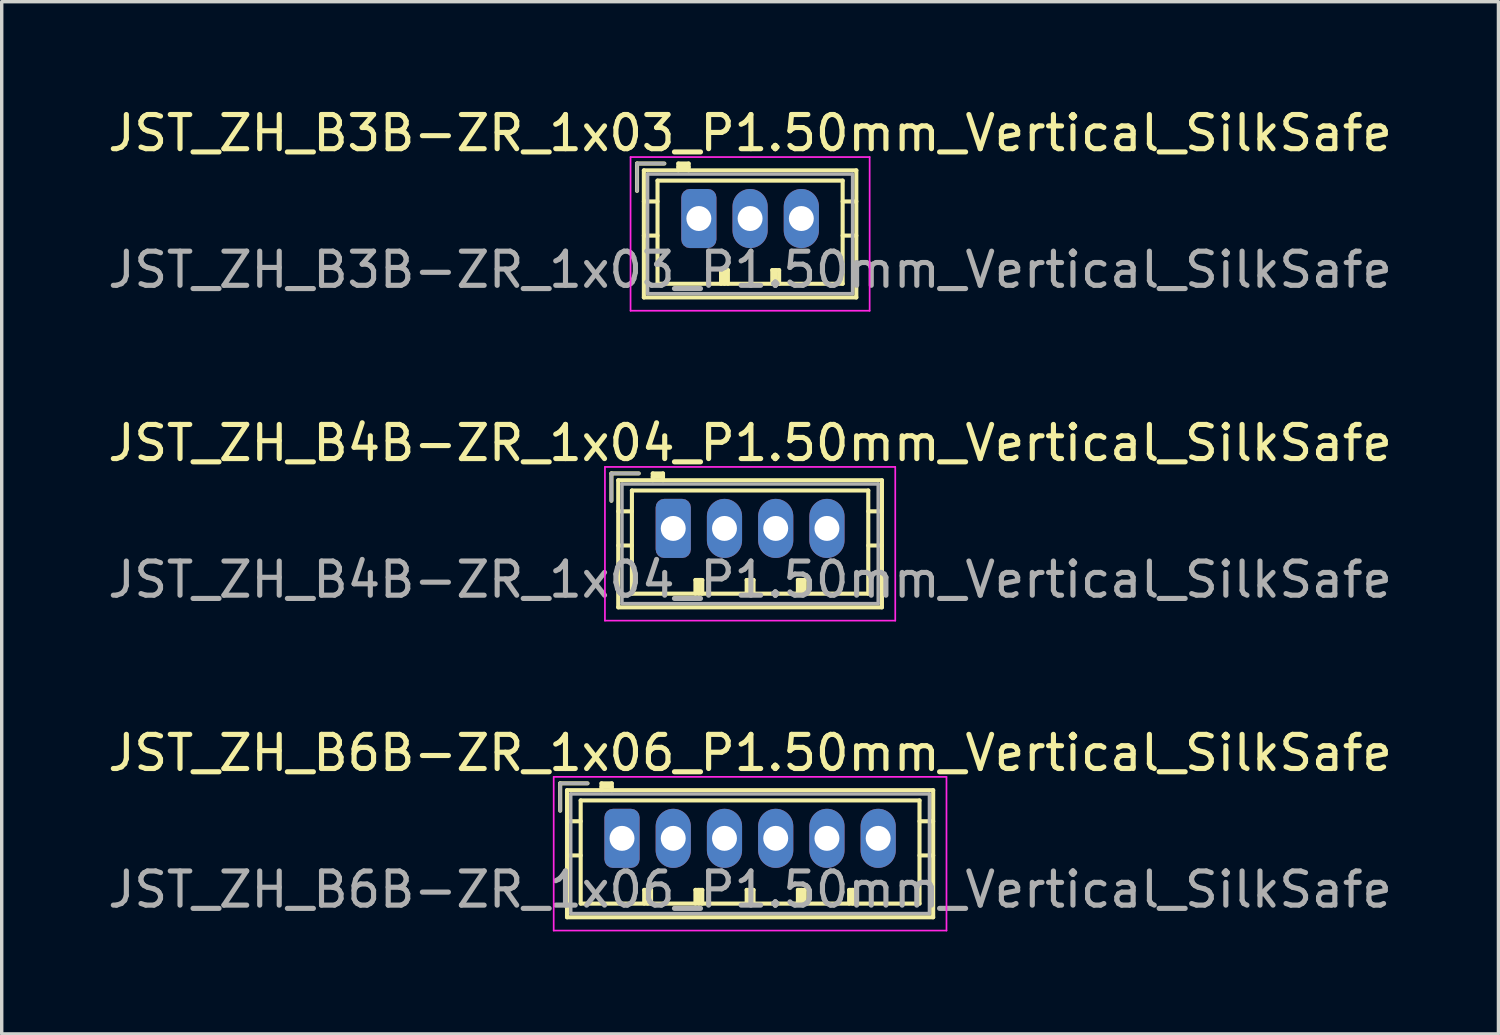
<source format=kicad_pcb>
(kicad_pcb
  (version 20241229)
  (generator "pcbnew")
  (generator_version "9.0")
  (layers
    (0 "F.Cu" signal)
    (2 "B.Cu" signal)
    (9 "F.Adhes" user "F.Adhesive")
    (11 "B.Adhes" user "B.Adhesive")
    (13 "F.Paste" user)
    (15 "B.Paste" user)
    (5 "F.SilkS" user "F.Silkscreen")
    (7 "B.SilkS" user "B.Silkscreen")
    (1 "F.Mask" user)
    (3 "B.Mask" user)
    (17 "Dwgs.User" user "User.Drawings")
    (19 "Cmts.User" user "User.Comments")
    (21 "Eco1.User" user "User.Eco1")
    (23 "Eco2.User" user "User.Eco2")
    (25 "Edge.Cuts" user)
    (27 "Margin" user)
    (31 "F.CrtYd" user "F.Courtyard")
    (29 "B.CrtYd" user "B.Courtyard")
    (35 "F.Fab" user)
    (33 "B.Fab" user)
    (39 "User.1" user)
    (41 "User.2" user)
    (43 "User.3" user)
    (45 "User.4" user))
  (footprint "JST_ZH_B3B-ZR_1x03_P1.50mm_Vertical_SilkSafe"
    (layer "F.Cu")
    (at 17.411 3.348)
    (property "Reference" "JST_ZH_B3B-ZR_1x03_P1.50mm_Vertical_SilkSafe" (at 1.5 -2.5 0) (layer "F.SilkS") (effects (font (size 1 1) (thickness 0.15))))
    (attr through_hole)
    (fp_line (start -1.81 -1.61) (end -1.81 -0.81) (stroke (width 0.12) (type solid)) (layer "F.SilkS"))
    (fp_line (start -1.61 -1.41) (end -1.61 2.31) (stroke (width 0.12) (type solid)) (layer "F.SilkS"))
    (fp_line (start -1.61 -0.5) (end -1.21 -0.5) (stroke (width 0.12) (type solid)) (layer "F.SilkS"))
    (fp_line (start -1.61 0.5) (end -1.21 0.5) (stroke (width 0.12) (type solid)) (layer "F.SilkS"))
    (fp_line (start -1.61 2.31) (end 4.61 2.31) (stroke (width 0.12) (type solid)) (layer "F.SilkS"))
    (fp_line (start -1.21 -1.11) (end -1.21 1.91) (stroke (width 0.12) (type solid)) (layer "F.SilkS"))
    (fp_line (start -1.21 1.91) (end 4.21 1.91) (stroke (width 0.12) (type solid)) (layer "F.SilkS"))
    (fp_line (start -1.01 -1.61) (end -1.81 -1.61) (stroke (width 0.12) (type solid)) (layer "F.SilkS"))
    (fp_line (start -0.6 -1.61) (end -0.6 -1.41) (stroke (width 0.12) (type solid)) (layer "F.SilkS"))
    (fp_line (start -0.3 -1.61) (end -0.6 -1.61) (stroke (width 0.12) (type solid)) (layer "F.SilkS"))
    (fp_line (start -0.3 -1.51) (end -0.6 -1.51) (stroke (width 0.12) (type solid)) (layer "F.SilkS"))
    (fp_line (start -0.3 -1.41) (end -0.3 -1.61) (stroke (width 0.12) (type solid)) (layer "F.SilkS"))
    (fp_line (start 0.65 1.51) (end 0.85 1.51) (stroke (width 0.12) (type solid)) (layer "F.SilkS"))
    (fp_line (start 0.65 1.91) (end 0.65 1.51) (stroke (width 0.12) (type solid)) (layer "F.SilkS"))
    (fp_line (start 0.75 1.91) (end 0.75 1.51) (stroke (width 0.12) (type solid)) (layer "F.SilkS"))
    (fp_line (start 0.85 1.51) (end 0.85 1.91) (stroke (width 0.12) (type solid)) (layer "F.SilkS"))
    (fp_line (start 2.15 1.51) (end 2.35 1.51) (stroke (width 0.12) (type solid)) (layer "F.SilkS"))
    (fp_line (start 2.15 1.91) (end 2.15 1.51) (stroke (width 0.12) (type solid)) (layer "F.SilkS"))
    (fp_line (start 2.25 1.91) (end 2.25 1.51) (stroke (width 0.12) (type solid)) (layer "F.SilkS"))
    (fp_line (start 2.35 1.51) (end 2.35 1.91) (stroke (width 0.12) (type solid)) (layer "F.SilkS"))
    (fp_line (start 4.21 -1.11) (end -1.21 -1.11) (stroke (width 0.12) (type solid)) (layer "F.SilkS"))
    (fp_line (start 4.21 1.91) (end 4.21 -1.11) (stroke (width 0.12) (type solid)) (layer "F.SilkS"))
    (fp_line (start 4.61 -1.41) (end -1.61 -1.41) (stroke (width 0.12) (type solid)) (layer "F.SilkS"))
    (fp_line (start 4.61 -0.5) (end 4.21 -0.5) (stroke (width 0.12) (type solid)) (layer "F.SilkS"))
    (fp_line (start 4.61 0.5) (end 4.21 0.5) (stroke (width 0.12) (type solid)) (layer "F.SilkS"))
    (fp_line (start 4.61 2.31) (end 4.61 -1.41) (stroke (width 0.12) (type solid)) (layer "F.SilkS"))
    (fp_line (start -2 -1.8) (end -2 2.7) (stroke (width 0.05) (type solid)) (layer "F.CrtYd"))
    (fp_line (start -2 2.7) (end 5 2.7) (stroke (width 0.05) (type solid)) (layer "F.CrtYd"))
    (fp_line (start 5 -1.8) (end -2 -1.8) (stroke (width 0.05) (type solid)) (layer "F.CrtYd"))
    (fp_line (start 5 2.7) (end 5 -1.8) (stroke (width 0.05) (type solid)) (layer "F.CrtYd"))
    (fp_line (start -1.81 -1.61) (end -1.81 -0.81) (stroke (width 0.1) (type solid)) (layer "F.Fab"))
    (fp_line (start -1.5 -1.3) (end -1.5 2.2) (stroke (width 0.1) (type solid)) (layer "F.Fab"))
    (fp_line (start -1.5 2.2) (end 4.5 2.2) (stroke (width 0.1) (type solid)) (layer "F.Fab"))
    (fp_line (start -1.01 -1.61) (end -1.81 -1.61) (stroke (width 0.1) (type solid)) (layer "F.Fab"))
    (fp_line (start 4.5 -1.3) (end -1.5 -1.3) (stroke (width 0.1) (type solid)) (layer "F.Fab"))
    (fp_line (start 4.5 2.2) (end 4.5 -1.3) (stroke (width 0.1) (type solid)) (layer "F.Fab"))
    (fp_text user "${REFERENCE}" (at 1.5 1.5 0) (layer "F.Fab") (effects (font (size 1 1) (thickness 0.15))))
    (pad "1" thru_hole roundrect (at 0 0) (size 1.03 1.73) (drill 0.73) (layers "*.Cu" "*.Mask") (roundrect_rratio 0.243))
    (pad "2" thru_hole oval (at 1.5 0) (size 1.03 1.73) (drill 0.73) (layers "*.Cu" "*.Mask"))
    (pad "3" thru_hole oval (at 3 0) (size 1.03 1.73) (drill 0.73) (layers "*.Cu" "*.Mask")))
  (footprint "JST_ZH_B6B-ZR_1x06_P1.50mm_Vertical_SilkSafe"
    (layer "F.Cu")
    (at 15.161 21.495)
    (property "Reference" "JST_ZH_B6B-ZR_1x06_P1.50mm_Vertical_SilkSafe" (at 3.75 -2.5 0) (layer "F.SilkS") (effects (font (size 1 1) (thickness 0.15))))
    (attr through_hole)
    (fp_line (start -1.81 -1.61) (end -1.81 -0.81) (stroke (width 0.12) (type solid)) (layer "F.SilkS"))
    (fp_line (start -1.61 -1.41) (end -1.61 2.31) (stroke (width 0.12) (type solid)) (layer "F.SilkS"))
    (fp_line (start -1.61 -0.5) (end -1.21 -0.5) (stroke (width 0.12) (type solid)) (layer "F.SilkS"))
    (fp_line (start -1.61 0.5) (end -1.21 0.5) (stroke (width 0.12) (type solid)) (layer "F.SilkS"))
    (fp_line (start -1.61 2.31) (end 9.11 2.31) (stroke (width 0.12) (type solid)) (layer "F.SilkS"))
    (fp_line (start -1.21 -1.11) (end -1.21 1.91) (stroke (width 0.12) (type solid)) (layer "F.SilkS"))
    (fp_line (start -1.21 1.91) (end 8.71 1.91) (stroke (width 0.12) (type solid)) (layer "F.SilkS"))
    (fp_line (start -1.01 -1.61) (end -1.81 -1.61) (stroke (width 0.12) (type solid)) (layer "F.SilkS"))
    (fp_line (start -0.6 -1.61) (end -0.6 -1.41) (stroke (width 0.12) (type solid)) (layer "F.SilkS"))
    (fp_line (start -0.3 -1.61) (end -0.6 -1.61) (stroke (width 0.12) (type solid)) (layer "F.SilkS"))
    (fp_line (start -0.3 -1.51) (end -0.6 -1.51) (stroke (width 0.12) (type solid)) (layer "F.SilkS"))
    (fp_line (start -0.3 -1.41) (end -0.3 -1.61) (stroke (width 0.12) (type solid)) (layer "F.SilkS"))
    (fp_line (start 0.65 1.51) (end 0.85 1.51) (stroke (width 0.12) (type solid)) (layer "F.SilkS"))
    (fp_line (start 0.65 1.91) (end 0.65 1.51) (stroke (width 0.12) (type solid)) (layer "F.SilkS"))
    (fp_line (start 0.75 1.91) (end 0.75 1.51) (stroke (width 0.12) (type solid)) (layer "F.SilkS"))
    (fp_line (start 0.85 1.51) (end 0.85 1.91) (stroke (width 0.12) (type solid)) (layer "F.SilkS"))
    (fp_line (start 2.15 1.51) (end 2.35 1.51) (stroke (width 0.12) (type solid)) (layer "F.SilkS"))
    (fp_line (start 2.15 1.91) (end 2.15 1.51) (stroke (width 0.12) (type solid)) (layer "F.SilkS"))
    (fp_line (start 2.25 1.91) (end 2.25 1.51) (stroke (width 0.12) (type solid)) (layer "F.SilkS"))
    (fp_line (start 2.35 1.51) (end 2.35 1.91) (stroke (width 0.12) (type solid)) (layer "F.SilkS"))
    (fp_line (start 3.65 1.51) (end 3.85 1.51) (stroke (width 0.12) (type solid)) (layer "F.SilkS"))
    (fp_line (start 3.65 1.91) (end 3.65 1.51) (stroke (width 0.12) (type solid)) (layer "F.SilkS"))
    (fp_line (start 3.75 1.91) (end 3.75 1.51) (stroke (width 0.12) (type solid)) (layer "F.SilkS"))
    (fp_line (start 3.85 1.51) (end 3.85 1.91) (stroke (width 0.12) (type solid)) (layer "F.SilkS"))
    (fp_line (start 5.15 1.51) (end 5.35 1.51) (stroke (width 0.12) (type solid)) (layer "F.SilkS"))
    (fp_line (start 5.15 1.91) (end 5.15 1.51) (stroke (width 0.12) (type solid)) (layer "F.SilkS"))
    (fp_line (start 5.25 1.91) (end 5.25 1.51) (stroke (width 0.12) (type solid)) (layer "F.SilkS"))
    (fp_line (start 5.35 1.51) (end 5.35 1.91) (stroke (width 0.12) (type solid)) (layer "F.SilkS"))
    (fp_line (start 6.65 1.51) (end 6.85 1.51) (stroke (width 0.12) (type solid)) (layer "F.SilkS"))
    (fp_line (start 6.65 1.91) (end 6.65 1.51) (stroke (width 0.12) (type solid)) (layer "F.SilkS"))
    (fp_line (start 6.75 1.91) (end 6.75 1.51) (stroke (width 0.12) (type solid)) (layer "F.SilkS"))
    (fp_line (start 6.85 1.51) (end 6.85 1.91) (stroke (width 0.12) (type solid)) (layer "F.SilkS"))
    (fp_line (start 8.71 -1.11) (end -1.21 -1.11) (stroke (width 0.12) (type solid)) (layer "F.SilkS"))
    (fp_line (start 8.71 1.91) (end 8.71 -1.11) (stroke (width 0.12) (type solid)) (layer "F.SilkS"))
    (fp_line (start 9.11 -1.41) (end -1.61 -1.41) (stroke (width 0.12) (type solid)) (layer "F.SilkS"))
    (fp_line (start 9.11 -0.5) (end 8.71 -0.5) (stroke (width 0.12) (type solid)) (layer "F.SilkS"))
    (fp_line (start 9.11 0.5) (end 8.71 0.5) (stroke (width 0.12) (type solid)) (layer "F.SilkS"))
    (fp_line (start 9.11 2.31) (end 9.11 -1.41) (stroke (width 0.12) (type solid)) (layer "F.SilkS"))
    (fp_line (start -2 -1.8) (end -2 2.7) (stroke (width 0.05) (type solid)) (layer "F.CrtYd"))
    (fp_line (start -2 2.7) (end 9.5 2.7) (stroke (width 0.05) (type solid)) (layer "F.CrtYd"))
    (fp_line (start 9.5 -1.8) (end -2 -1.8) (stroke (width 0.05) (type solid)) (layer "F.CrtYd"))
    (fp_line (start 9.5 2.7) (end 9.5 -1.8) (stroke (width 0.05) (type solid)) (layer "F.CrtYd"))
    (fp_line (start -1.81 -1.61) (end -1.81 -0.81) (stroke (width 0.1) (type solid)) (layer "F.Fab"))
    (fp_line (start -1.5 -1.3) (end -1.5 2.2) (stroke (width 0.1) (type solid)) (layer "F.Fab"))
    (fp_line (start -1.5 2.2) (end 9 2.2) (stroke (width 0.1) (type solid)) (layer "F.Fab"))
    (fp_line (start -1.01 -1.61) (end -1.81 -1.61) (stroke (width 0.1) (type solid)) (layer "F.Fab"))
    (fp_line (start 9 -1.3) (end -1.5 -1.3) (stroke (width 0.1) (type solid)) (layer "F.Fab"))
    (fp_line (start 9 2.2) (end 9 -1.3) (stroke (width 0.1) (type solid)) (layer "F.Fab"))
    (fp_text user "${REFERENCE}" (at 3.75 1.5 0) (layer "F.Fab") (effects (font (size 1 1) (thickness 0.15))))
    (pad "1" thru_hole roundrect (at 0 0) (size 1.03 1.73) (drill 0.73) (layers "*.Cu" "*.Mask") (roundrect_rratio 0.243))
    (pad "2" thru_hole oval (at 1.5 0) (size 1.03 1.73) (drill 0.73) (layers "*.Cu" "*.Mask"))
    (pad "3" thru_hole oval (at 3 0) (size 1.03 1.73) (drill 0.73) (layers "*.Cu" "*.Mask"))
    (pad "4" thru_hole oval (at 4.5 0) (size 1.03 1.73) (drill 0.73) (layers "*.Cu" "*.Mask"))
    (pad "5" thru_hole oval (at 6 0) (size 1.03 1.73) (drill 0.73) (layers "*.Cu" "*.Mask"))
    (pad "6" thru_hole oval (at 7.5 0) (size 1.03 1.73) (drill 0.73) (layers "*.Cu" "*.Mask")))
  (footprint "JST_ZH_B4B-ZR_1x04_P1.50mm_Vertical_SilkSafe"
    (layer "F.Cu")
    (at 16.661 12.421)
    (property "Reference" "JST_ZH_B4B-ZR_1x04_P1.50mm_Vertical_SilkSafe" (at 2.25 -2.5 0) (layer "F.SilkS") (effects (font (size 1 1) (thickness 0.15))))
    (attr through_hole)
    (fp_line (start -1.81 -1.61) (end -1.81 -0.81) (stroke (width 0.12) (type solid)) (layer "F.SilkS"))
    (fp_line (start -1.61 -1.41) (end -1.61 2.31) (stroke (width 0.12) (type solid)) (layer "F.SilkS"))
    (fp_line (start -1.61 -0.5) (end -1.21 -0.5) (stroke (width 0.12) (type solid)) (layer "F.SilkS"))
    (fp_line (start -1.61 0.5) (end -1.21 0.5) (stroke (width 0.12) (type solid)) (layer "F.SilkS"))
    (fp_line (start -1.61 2.31) (end 6.11 2.31) (stroke (width 0.12) (type solid)) (layer "F.SilkS"))
    (fp_line (start -1.21 -1.11) (end -1.21 1.91) (stroke (width 0.12) (type solid)) (layer "F.SilkS"))
    (fp_line (start -1.21 1.91) (end 5.71 1.91) (stroke (width 0.12) (type solid)) (layer "F.SilkS"))
    (fp_line (start -1.01 -1.61) (end -1.81 -1.61) (stroke (width 0.12) (type solid)) (layer "F.SilkS"))
    (fp_line (start -0.6 -1.61) (end -0.6 -1.41) (stroke (width 0.12) (type solid)) (layer "F.SilkS"))
    (fp_line (start -0.3 -1.61) (end -0.6 -1.61) (stroke (width 0.12) (type solid)) (layer "F.SilkS"))
    (fp_line (start -0.3 -1.51) (end -0.6 -1.51) (stroke (width 0.12) (type solid)) (layer "F.SilkS"))
    (fp_line (start -0.3 -1.41) (end -0.3 -1.61) (stroke (width 0.12) (type solid)) (layer "F.SilkS"))
    (fp_line (start 0.65 1.51) (end 0.85 1.51) (stroke (width 0.12) (type solid)) (layer "F.SilkS"))
    (fp_line (start 0.65 1.91) (end 0.65 1.51) (stroke (width 0.12) (type solid)) (layer "F.SilkS"))
    (fp_line (start 0.75 1.91) (end 0.75 1.51) (stroke (width 0.12) (type solid)) (layer "F.SilkS"))
    (fp_line (start 0.85 1.51) (end 0.85 1.91) (stroke (width 0.12) (type solid)) (layer "F.SilkS"))
    (fp_line (start 2.15 1.51) (end 2.35 1.51) (stroke (width 0.12) (type solid)) (layer "F.SilkS"))
    (fp_line (start 2.15 1.91) (end 2.15 1.51) (stroke (width 0.12) (type solid)) (layer "F.SilkS"))
    (fp_line (start 2.25 1.91) (end 2.25 1.51) (stroke (width 0.12) (type solid)) (layer "F.SilkS"))
    (fp_line (start 2.35 1.51) (end 2.35 1.91) (stroke (width 0.12) (type solid)) (layer "F.SilkS"))
    (fp_line (start 3.65 1.51) (end 3.85 1.51) (stroke (width 0.12) (type solid)) (layer "F.SilkS"))
    (fp_line (start 3.65 1.91) (end 3.65 1.51) (stroke (width 0.12) (type solid)) (layer "F.SilkS"))
    (fp_line (start 3.75 1.91) (end 3.75 1.51) (stroke (width 0.12) (type solid)) (layer "F.SilkS"))
    (fp_line (start 3.85 1.51) (end 3.85 1.91) (stroke (width 0.12) (type solid)) (layer "F.SilkS"))
    (fp_line (start 5.71 -1.11) (end -1.21 -1.11) (stroke (width 0.12) (type solid)) (layer "F.SilkS"))
    (fp_line (start 5.71 1.91) (end 5.71 -1.11) (stroke (width 0.12) (type solid)) (layer "F.SilkS"))
    (fp_line (start 6.11 -1.41) (end -1.61 -1.41) (stroke (width 0.12) (type solid)) (layer "F.SilkS"))
    (fp_line (start 6.11 -0.5) (end 5.71 -0.5) (stroke (width 0.12) (type solid)) (layer "F.SilkS"))
    (fp_line (start 6.11 0.5) (end 5.71 0.5) (stroke (width 0.12) (type solid)) (layer "F.SilkS"))
    (fp_line (start 6.11 2.31) (end 6.11 -1.41) (stroke (width 0.12) (type solid)) (layer "F.SilkS"))
    (fp_line (start -2 -1.8) (end -2 2.7) (stroke (width 0.05) (type solid)) (layer "F.CrtYd"))
    (fp_line (start -2 2.7) (end 6.5 2.7) (stroke (width 0.05) (type solid)) (layer "F.CrtYd"))
    (fp_line (start 6.5 -1.8) (end -2 -1.8) (stroke (width 0.05) (type solid)) (layer "F.CrtYd"))
    (fp_line (start 6.5 2.7) (end 6.5 -1.8) (stroke (width 0.05) (type solid)) (layer "F.CrtYd"))
    (fp_line (start -1.81 -1.61) (end -1.81 -0.81) (stroke (width 0.1) (type solid)) (layer "F.Fab"))
    (fp_line (start -1.5 -1.3) (end -1.5 2.2) (stroke (width 0.1) (type solid)) (layer "F.Fab"))
    (fp_line (start -1.5 2.2) (end 6 2.2) (stroke (width 0.1) (type solid)) (layer "F.Fab"))
    (fp_line (start -1.01 -1.61) (end -1.81 -1.61) (stroke (width 0.1) (type solid)) (layer "F.Fab"))
    (fp_line (start 6 -1.3) (end -1.5 -1.3) (stroke (width 0.1) (type solid)) (layer "F.Fab"))
    (fp_line (start 6 2.2) (end 6 -1.3) (stroke (width 0.1) (type solid)) (layer "F.Fab"))
    (fp_text user "${REFERENCE}" (at 2.25 1.5 0) (layer "F.Fab") (effects (font (size 1 1) (thickness 0.15))))
    (pad "1" thru_hole roundrect (at 0 0) (size 1.03 1.73) (drill 0.73) (layers "*.Cu" "*.Mask") (roundrect_rratio 0.243))
    (pad "2" thru_hole oval (at 1.5 0) (size 1.03 1.73) (drill 0.73) (layers "*.Cu" "*.Mask"))
    (pad "3" thru_hole oval (at 3 0) (size 1.03 1.73) (drill 0.73) (layers "*.Cu" "*.Mask"))
    (pad "4" thru_hole oval (at 4.5 0) (size 1.03 1.73) (drill 0.73) (layers "*.Cu" "*.Mask")))
  (gr_rect
    (start -3 -3)
    (end 40.821 27.22)
    (stroke (width 0.1) (type default))
    (fill no)
    (layer "Edge.Cuts")))
</source>
